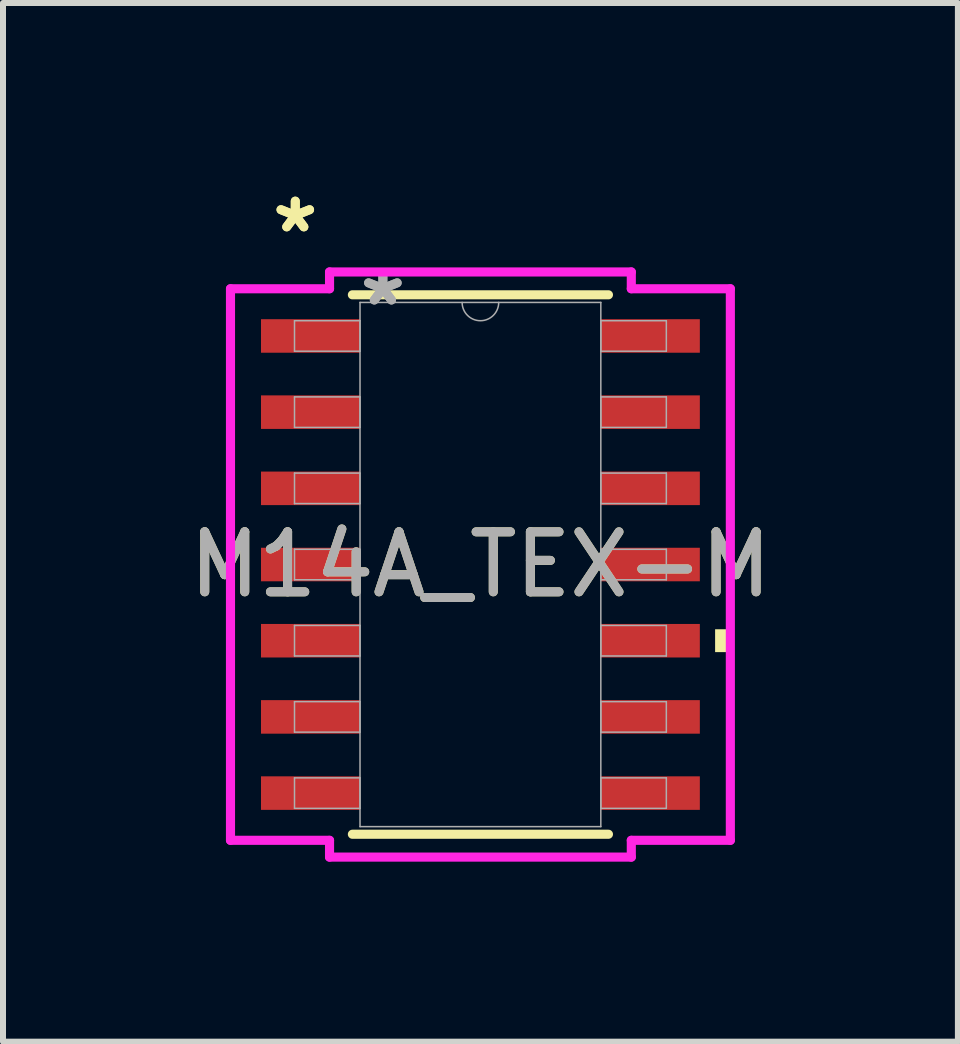
<source format=kicad_pcb>
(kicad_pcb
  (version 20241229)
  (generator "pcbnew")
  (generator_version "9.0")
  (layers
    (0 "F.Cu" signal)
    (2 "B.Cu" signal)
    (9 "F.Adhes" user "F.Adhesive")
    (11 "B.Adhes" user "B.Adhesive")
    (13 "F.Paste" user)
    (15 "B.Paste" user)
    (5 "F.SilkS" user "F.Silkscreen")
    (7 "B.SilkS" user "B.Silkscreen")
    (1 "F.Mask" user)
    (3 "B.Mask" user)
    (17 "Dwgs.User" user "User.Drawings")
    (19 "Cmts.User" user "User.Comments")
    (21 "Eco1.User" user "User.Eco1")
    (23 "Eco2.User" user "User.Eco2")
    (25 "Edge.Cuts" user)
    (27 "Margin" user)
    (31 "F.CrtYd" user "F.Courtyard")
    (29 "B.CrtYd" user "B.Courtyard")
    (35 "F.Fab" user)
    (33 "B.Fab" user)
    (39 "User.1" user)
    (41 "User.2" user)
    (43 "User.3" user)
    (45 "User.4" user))
  (footprint "M14A_TEX-M"
    (layer "F.Cu")
    (at 4.958 6.36)
    (property "Reference" "M14A_TEX-M" (at 0 0 0) (unlocked yes) (layer "F.SilkS") (effects (font (size 1 1) (thickness 0.15))))
    (attr smd)
    (fp_line (start -2.134 4.496) (end 2.134 4.496) (stroke (width 0.152) (type solid)) (layer "F.SilkS"))
    (fp_line (start 2.134 -4.496) (end -2.134 -4.496) (stroke (width 0.152) (type solid)) (layer "F.SilkS"))
    (fp_poly (pts (xy 4.166 1.079) (xy 4.166 1.46) (xy 3.912 1.46) (xy 3.912 1.079)) (stroke (width 0) (type solid)) (fill yes) (layer "F.SilkS"))
    (fp_line (start -4.166 -4.597) (end -2.515 -4.597) (stroke (width 0.152) (type solid)) (layer "F.CrtYd"))
    (fp_line (start -4.166 4.597) (end -4.166 -4.597) (stroke (width 0.152) (type solid)) (layer "F.CrtYd"))
    (fp_line (start -4.166 4.597) (end -2.515 4.597) (stroke (width 0.152) (type solid)) (layer "F.CrtYd"))
    (fp_line (start -2.515 -4.877) (end 2.515 -4.877) (stroke (width 0.152) (type solid)) (layer "F.CrtYd"))
    (fp_line (start -2.515 -4.597) (end -2.515 -4.877) (stroke (width 0.152) (type solid)) (layer "F.CrtYd"))
    (fp_line (start -2.515 4.877) (end -2.515 4.597) (stroke (width 0.152) (type solid)) (layer "F.CrtYd"))
    (fp_line (start 2.515 -4.877) (end 2.515 -4.597) (stroke (width 0.152) (type solid)) (layer "F.CrtYd"))
    (fp_line (start 2.515 4.597) (end 2.515 4.877) (stroke (width 0.152) (type solid)) (layer "F.CrtYd"))
    (fp_line (start 2.515 4.877) (end -2.515 4.877) (stroke (width 0.152) (type solid)) (layer "F.CrtYd"))
    (fp_line (start 4.166 -4.597) (end 2.515 -4.597) (stroke (width 0.152) (type solid)) (layer "F.CrtYd"))
    (fp_line (start 4.166 -4.597) (end 4.166 4.597) (stroke (width 0.152) (type solid)) (layer "F.CrtYd"))
    (fp_line (start 4.166 4.597) (end 2.515 4.597) (stroke (width 0.152) (type solid)) (layer "F.CrtYd"))
    (fp_line (start -3.099 -4.064) (end -3.099 -3.556) (stroke (width 0.025) (type solid)) (layer "F.Fab"))
    (fp_line (start -3.099 -3.556) (end -2.007 -3.556) (stroke (width 0.025) (type solid)) (layer "F.Fab"))
    (fp_line (start -3.099 -2.794) (end -3.099 -2.286) (stroke (width 0.025) (type solid)) (layer "F.Fab"))
    (fp_line (start -3.099 -2.286) (end -2.007 -2.286) (stroke (width 0.025) (type solid)) (layer "F.Fab"))
    (fp_line (start -3.099 -1.524) (end -3.099 -1.016) (stroke (width 0.025) (type solid)) (layer "F.Fab"))
    (fp_line (start -3.099 -1.016) (end -2.007 -1.016) (stroke (width 0.025) (type solid)) (layer "F.Fab"))
    (fp_line (start -3.099 -0.254) (end -3.099 0.254) (stroke (width 0.025) (type solid)) (layer "F.Fab"))
    (fp_line (start -3.099 0.254) (end -2.007 0.254) (stroke (width 0.025) (type solid)) (layer "F.Fab"))
    (fp_line (start -3.099 1.016) (end -3.099 1.524) (stroke (width 0.025) (type solid)) (layer "F.Fab"))
    (fp_line (start -3.099 1.524) (end -2.007 1.524) (stroke (width 0.025) (type solid)) (layer "F.Fab"))
    (fp_line (start -3.099 2.286) (end -3.099 2.794) (stroke (width 0.025) (type solid)) (layer "F.Fab"))
    (fp_line (start -3.099 2.794) (end -2.007 2.794) (stroke (width 0.025) (type solid)) (layer "F.Fab"))
    (fp_line (start -3.099 3.556) (end -3.099 4.064) (stroke (width 0.025) (type solid)) (layer "F.Fab"))
    (fp_line (start -3.099 4.064) (end -2.007 4.064) (stroke (width 0.025) (type solid)) (layer "F.Fab"))
    (fp_line (start -2.007 -4.369) (end -2.007 4.369) (stroke (width 0.025) (type solid)) (layer "F.Fab"))
    (fp_line (start -2.007 -4.064) (end -3.099 -4.064) (stroke (width 0.025) (type solid)) (layer "F.Fab"))
    (fp_line (start -2.007 -3.556) (end -2.007 -4.064) (stroke (width 0.025) (type solid)) (layer "F.Fab"))
    (fp_line (start -2.007 -2.794) (end -3.099 -2.794) (stroke (width 0.025) (type solid)) (layer "F.Fab"))
    (fp_line (start -2.007 -2.286) (end -2.007 -2.794) (stroke (width 0.025) (type solid)) (layer "F.Fab"))
    (fp_line (start -2.007 -1.524) (end -3.099 -1.524) (stroke (width 0.025) (type solid)) (layer "F.Fab"))
    (fp_line (start -2.007 -1.016) (end -2.007 -1.524) (stroke (width 0.025) (type solid)) (layer "F.Fab"))
    (fp_line (start -2.007 -0.254) (end -3.099 -0.254) (stroke (width 0.025) (type solid)) (layer "F.Fab"))
    (fp_line (start -2.007 0.254) (end -2.007 -0.254) (stroke (width 0.025) (type solid)) (layer "F.Fab"))
    (fp_line (start -2.007 1.016) (end -3.099 1.016) (stroke (width 0.025) (type solid)) (layer "F.Fab"))
    (fp_line (start -2.007 1.524) (end -2.007 1.016) (stroke (width 0.025) (type solid)) (layer "F.Fab"))
    (fp_line (start -2.007 2.286) (end -3.099 2.286) (stroke (width 0.025) (type solid)) (layer "F.Fab"))
    (fp_line (start -2.007 2.794) (end -2.007 2.286) (stroke (width 0.025) (type solid)) (layer "F.Fab"))
    (fp_line (start -2.007 3.556) (end -3.099 3.556) (stroke (width 0.025) (type solid)) (layer "F.Fab"))
    (fp_line (start -2.007 4.064) (end -2.007 3.556) (stroke (width 0.025) (type solid)) (layer "F.Fab"))
    (fp_line (start -2.007 4.369) (end 2.007 4.369) (stroke (width 0.025) (type solid)) (layer "F.Fab"))
    (fp_line (start 2.007 -4.369) (end -2.007 -4.369) (stroke (width 0.025) (type solid)) (layer "F.Fab"))
    (fp_line (start 2.007 -4.064) (end 2.007 -3.556) (stroke (width 0.025) (type solid)) (layer "F.Fab"))
    (fp_line (start 2.007 -3.556) (end 3.099 -3.556) (stroke (width 0.025) (type solid)) (layer "F.Fab"))
    (fp_line (start 2.007 -2.794) (end 2.007 -2.286) (stroke (width 0.025) (type solid)) (layer "F.Fab"))
    (fp_line (start 2.007 -2.286) (end 3.099 -2.286) (stroke (width 0.025) (type solid)) (layer "F.Fab"))
    (fp_line (start 2.007 -1.524) (end 2.007 -1.016) (stroke (width 0.025) (type solid)) (layer "F.Fab"))
    (fp_line (start 2.007 -1.016) (end 3.099 -1.016) (stroke (width 0.025) (type solid)) (layer "F.Fab"))
    (fp_line (start 2.007 -0.254) (end 2.007 0.254) (stroke (width 0.025) (type solid)) (layer "F.Fab"))
    (fp_line (start 2.007 0.254) (end 3.099 0.254) (stroke (width 0.025) (type solid)) (layer "F.Fab"))
    (fp_line (start 2.007 1.016) (end 2.007 1.524) (stroke (width 0.025) (type solid)) (layer "F.Fab"))
    (fp_line (start 2.007 1.524) (end 3.099 1.524) (stroke (width 0.025) (type solid)) (layer "F.Fab"))
    (fp_line (start 2.007 2.286) (end 2.007 2.794) (stroke (width 0.025) (type solid)) (layer "F.Fab"))
    (fp_line (start 2.007 2.794) (end 3.099 2.794) (stroke (width 0.025) (type solid)) (layer "F.Fab"))
    (fp_line (start 2.007 3.556) (end 2.007 4.064) (stroke (width 0.025) (type solid)) (layer "F.Fab"))
    (fp_line (start 2.007 4.064) (end 3.099 4.064) (stroke (width 0.025) (type solid)) (layer "F.Fab"))
    (fp_line (start 2.007 4.369) (end 2.007 -4.369) (stroke (width 0.025) (type solid)) (layer "F.Fab"))
    (fp_line (start 3.099 -4.064) (end 2.007 -4.064) (stroke (width 0.025) (type solid)) (layer "F.Fab"))
    (fp_line (start 3.099 -3.556) (end 3.099 -4.064) (stroke (width 0.025) (type solid)) (layer "F.Fab"))
    (fp_line (start 3.099 -2.794) (end 2.007 -2.794) (stroke (width 0.025) (type solid)) (layer "F.Fab"))
    (fp_line (start 3.099 -2.286) (end 3.099 -2.794) (stroke (width 0.025) (type solid)) (layer "F.Fab"))
    (fp_line (start 3.099 -1.524) (end 2.007 -1.524) (stroke (width 0.025) (type solid)) (layer "F.Fab"))
    (fp_line (start 3.099 -1.016) (end 3.099 -1.524) (stroke (width 0.025) (type solid)) (layer "F.Fab"))
    (fp_line (start 3.099 -0.254) (end 2.007 -0.254) (stroke (width 0.025) (type solid)) (layer "F.Fab"))
    (fp_line (start 3.099 0.254) (end 3.099 -0.254) (stroke (width 0.025) (type solid)) (layer "F.Fab"))
    (fp_line (start 3.099 1.016) (end 2.007 1.016) (stroke (width 0.025) (type solid)) (layer "F.Fab"))
    (fp_line (start 3.099 1.524) (end 3.099 1.016) (stroke (width 0.025) (type solid)) (layer "F.Fab"))
    (fp_line (start 3.099 2.286) (end 2.007 2.286) (stroke (width 0.025) (type solid)) (layer "F.Fab"))
    (fp_line (start 3.099 2.794) (end 3.099 2.286) (stroke (width 0.025) (type solid)) (layer "F.Fab"))
    (fp_line (start 3.099 3.556) (end 2.007 3.556) (stroke (width 0.025) (type solid)) (layer "F.Fab"))
    (fp_line (start 3.099 4.064) (end 3.099 3.556) (stroke (width 0.025) (type solid)) (layer "F.Fab"))
    (fp_arc (start 0.3048 -4.3688) (mid 0 -4.064) (end -0.3048 -4.3688) (stroke (width 0.0254) (type solid)) (layer "F.Fab"))
    (fp_text user "*" (at -3.086 -5.512 0) (layer "F.SilkS") (effects (font (size 1 1) (thickness 0.15))))
    (fp_text user "*" (at -3.086 -5.512 0) (unlocked yes) (layer "F.SilkS") (effects (font (size 1 1) (thickness 0.15))))
    (fp_text user "*" (at -1.626 -4.293 0) (unlocked yes) (layer "F.Fab") (effects (font (size 1 1) (thickness 0.15))))
    (fp_text user "${REFERENCE}" (at 0 0 0) (unlocked yes) (layer "F.Fab") (effects (font (size 1 1) (thickness 0.15))))
    (fp_text user "*" (at -1.626 -4.293 0) (layer "F.Fab") (effects (font (size 1 1) (thickness 0.15))))
    (pad "1" smd rect (at -2.832 -3.81) (size 1.651 0.559) (layers "F.Cu" "F.Mask" "F.Paste"))
    (pad "2" smd rect (at -2.832 -2.54) (size 1.651 0.559) (layers "F.Cu" "F.Mask" "F.Paste"))
    (pad "3" smd rect (at -2.832 -1.27) (size 1.651 0.559) (layers "F.Cu" "F.Mask" "F.Paste"))
    (pad "4" smd rect (at -2.832 0) (size 1.651 0.559) (layers "F.Cu" "F.Mask" "F.Paste"))
    (pad "5" smd rect (at -2.832 1.27) (size 1.651 0.559) (layers "F.Cu" "F.Mask" "F.Paste"))
    (pad "6" smd rect (at -2.832 2.54) (size 1.651 0.559) (layers "F.Cu" "F.Mask" "F.Paste"))
    (pad "7" smd rect (at -2.832 3.81) (size 1.651 0.559) (layers "F.Cu" "F.Mask" "F.Paste"))
    (pad "8" smd rect (at 2.832 3.81) (size 1.651 0.559) (layers "F.Cu" "F.Mask" "F.Paste"))
    (pad "9" smd rect (at 2.832 2.54) (size 1.651 0.559) (layers "F.Cu" "F.Mask" "F.Paste"))
    (pad "10" smd rect (at 2.832 1.27) (size 1.651 0.559) (layers "F.Cu" "F.Mask" "F.Paste"))
    (pad "11" smd rect (at 2.832 0) (size 1.651 0.559) (layers "F.Cu" "F.Mask" "F.Paste"))
    (pad "12" smd rect (at 2.832 -1.27) (size 1.651 0.559) (layers "F.Cu" "F.Mask" "F.Paste"))
    (pad "13" smd rect (at 2.832 -2.54) (size 1.651 0.559) (layers "F.Cu" "F.Mask" "F.Paste"))
    (pad "14" smd rect (at 2.832 -3.81) (size 1.651 0.559) (layers "F.Cu" "F.Mask" "F.Paste")))
  (gr_rect
    (start -3 -3)
    (end 12.917 14.313)
    (stroke (width 0.1) (type default))
    (fill no)
    (layer "Edge.Cuts")))
</source>
